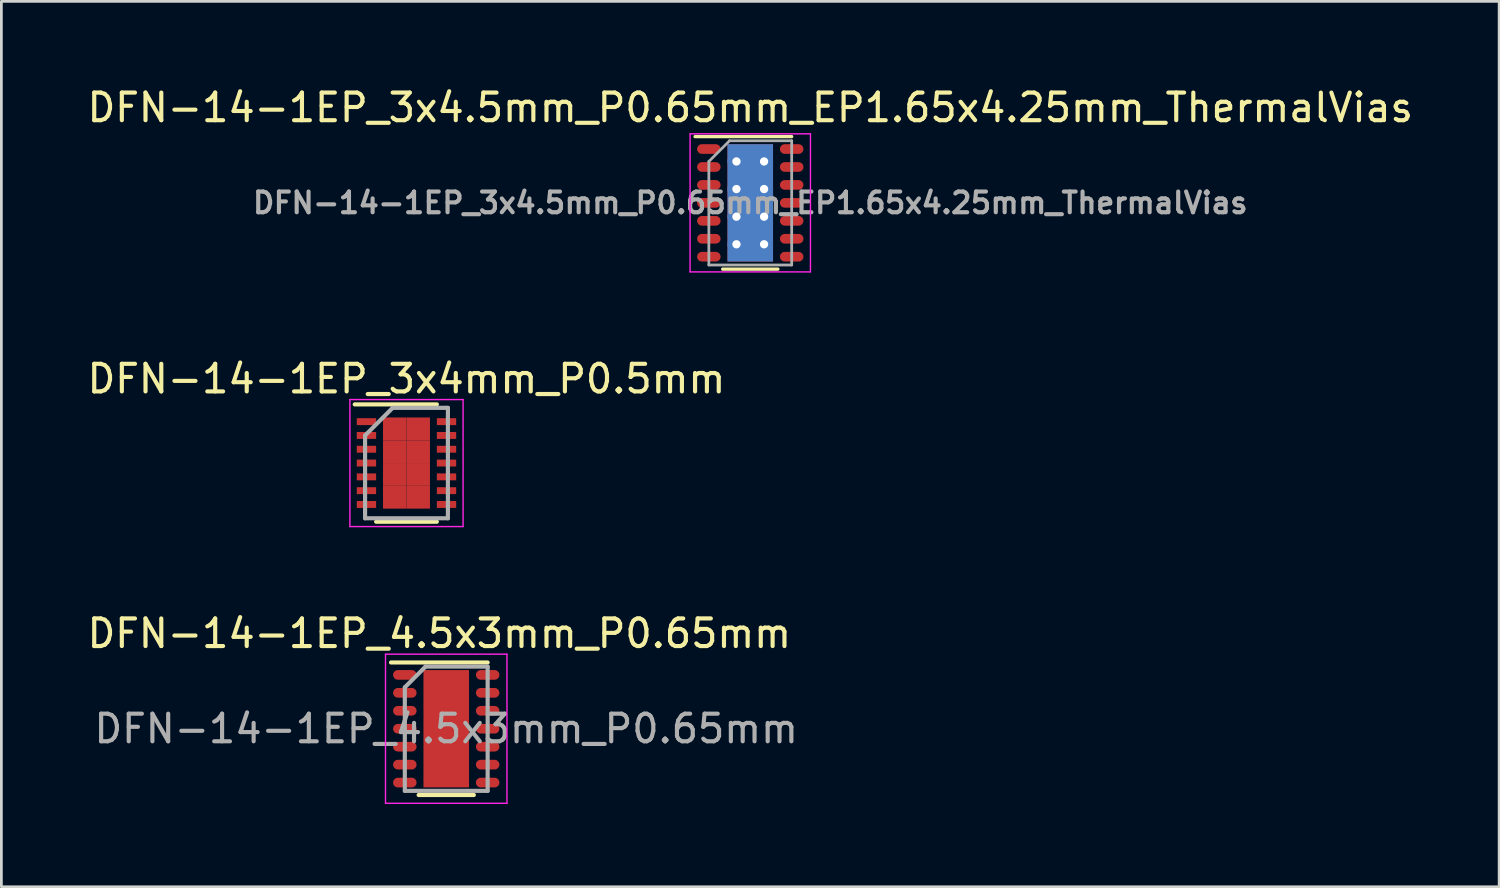
<source format=kicad_pcb>
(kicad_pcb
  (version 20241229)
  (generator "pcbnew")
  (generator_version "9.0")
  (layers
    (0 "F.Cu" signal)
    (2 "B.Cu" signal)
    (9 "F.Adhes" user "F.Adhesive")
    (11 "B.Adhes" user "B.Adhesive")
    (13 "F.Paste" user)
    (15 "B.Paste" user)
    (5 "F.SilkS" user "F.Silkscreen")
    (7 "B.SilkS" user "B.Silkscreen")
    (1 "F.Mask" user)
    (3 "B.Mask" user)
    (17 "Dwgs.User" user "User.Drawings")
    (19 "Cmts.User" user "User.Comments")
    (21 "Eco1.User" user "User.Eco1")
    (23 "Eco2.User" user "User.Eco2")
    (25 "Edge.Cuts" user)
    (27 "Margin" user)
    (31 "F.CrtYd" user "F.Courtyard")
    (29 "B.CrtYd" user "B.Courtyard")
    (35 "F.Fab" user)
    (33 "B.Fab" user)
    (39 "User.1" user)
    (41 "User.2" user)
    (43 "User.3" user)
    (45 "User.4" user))
  (footprint "DFN-14-1EP_3x4.5mm_P0.65mm_EP1.65x4.25mm_ThermalVias"
    (layer "F.Cu")
    (at 24.125 4.298)
    (property "Reference" "DFN-14-1EP_3x4.5mm_P0.65mm_EP1.65x4.25mm_ThermalVias" (at 0 -3.45 0) (layer "F.SilkS") (effects (font (size 1 1) (thickness 0.15))))
    (attr smd)
    (fp_line (start -1 2.4) (end 1 2.4) (stroke (width 0.12) (type solid)) (layer "F.SilkS"))
    (fp_line (start 1.5 -2.4) (end -2 -2.4) (stroke (width 0.12) (type solid)) (layer "F.SilkS"))
    (fp_line (start -2.18 -2.5) (end -2.18 2.5) (stroke (width 0.05) (type solid)) (layer "F.CrtYd"))
    (fp_line (start -2.18 2.5) (end 2.18 2.5) (stroke (width 0.05) (type solid)) (layer "F.CrtYd"))
    (fp_line (start 2.18 -2.5) (end -2.18 -2.5) (stroke (width 0.05) (type solid)) (layer "F.CrtYd"))
    (fp_line (start 2.18 2.5) (end 2.18 -2.5) (stroke (width 0.05) (type solid)) (layer "F.CrtYd"))
    (fp_line (start -1.5 2.25) (end -1.5 -1.5) (stroke (width 0.1) (type solid)) (layer "F.Fab"))
    (fp_line (start -1.5 2.25) (end 1.5 2.25) (stroke (width 0.1) (type solid)) (layer "F.Fab"))
    (fp_line (start -0.75 -2.25) (end -1.5 -1.5) (stroke (width 0.1) (type solid)) (layer "F.Fab"))
    (fp_line (start 1.5 -2.25) (end -0.75 -2.25) (stroke (width 0.1) (type solid)) (layer "F.Fab"))
    (fp_line (start 1.5 2.25) (end 1.5 -2.25) (stroke (width 0.1) (type solid)) (layer "F.Fab"))
    (fp_text user "${REFERENCE}" (at 0 0 0) (layer "F.Fab") (effects (font (size 0.75 0.75) (thickness 0.15))))
    (pad "" smd rect (at 0 -1.9) (size 1.5 0.3) (layers "F.Paste"))
    (pad "" smd rect (at 0 -1.5) (size 0.5 0.5) (layers "F.Paste"))
    (pad "" smd rect (at 0 -1) (size 1.5 0.5) (layers "F.Paste"))
    (pad "" smd rect (at 0 -0.5) (size 0.5 0.5) (layers "F.Paste"))
    (pad "" smd rect (at 0 0) (size 1.5 0.5) (layers "F.Paste"))
    (pad "" smd rect (at 0 0.5) (size 0.5 0.5) (layers "F.Paste"))
    (pad "" smd rect (at 0 1) (size 1.5 0.5) (layers "F.Paste"))
    (pad "" smd rect (at 0 1.5) (size 0.5 0.5) (layers "F.Paste"))
    (pad "" smd rect (at 0 1.9) (size 1.5 0.3) (layers "F.Paste"))
    (pad "1" smd oval (at -1.5 -1.95) (size 0.85 0.35) (layers "F.Cu" "F.Mask" "F.Paste"))
    (pad "2" smd oval (at -1.5 -1.3) (size 0.85 0.35) (layers "F.Cu" "F.Mask" "F.Paste"))
    (pad "3" smd oval (at -1.5 -0.65) (size 0.85 0.35) (layers "F.Cu" "F.Mask" "F.Paste"))
    (pad "4" smd oval (at -1.5 0) (size 0.85 0.35) (layers "F.Cu" "F.Mask" "F.Paste"))
    (pad "5" smd oval (at -1.5 0.65) (size 0.85 0.35) (layers "F.Cu" "F.Mask" "F.Paste"))
    (pad "6" smd oval (at -1.5 1.3) (size 0.85 0.35) (layers "F.Cu" "F.Mask" "F.Paste"))
    (pad "7" smd oval (at -1.5 1.95) (size 0.85 0.35) (layers "F.Cu" "F.Mask" "F.Paste"))
    (pad "8" smd oval (at 1.5 1.95) (size 0.85 0.35) (layers "F.Cu" "F.Mask" "F.Paste"))
    (pad "9" smd oval (at 1.5 1.3) (size 0.85 0.35) (layers "F.Cu" "F.Mask" "F.Paste"))
    (pad "10" smd oval (at 1.5 0.65) (size 0.85 0.35) (layers "F.Cu" "F.Mask" "F.Paste"))
    (pad "11" smd oval (at 1.5 0) (size 0.85 0.35) (layers "F.Cu" "F.Mask" "F.Paste"))
    (pad "12" smd oval (at 1.5 -0.65) (size 0.85 0.35) (layers "F.Cu" "F.Mask" "F.Paste"))
    (pad "13" smd oval (at 1.5 -1.3) (size 0.85 0.35) (layers "F.Cu" "F.Mask" "F.Paste"))
    (pad "14" smd oval (at 1.5 -1.95) (size 0.85 0.35) (layers "F.Cu" "F.Mask" "F.Paste"))
    (pad "15" thru_hole circle (at -0.5 -1.5) (size 0.65 0.65) (drill 0.3) (layers "*.Cu" "*.Mask"))
    (pad "15" thru_hole circle (at -0.5 -0.5) (size 0.65 0.65) (drill 0.3) (layers "*.Cu" "*.Mask"))
    (pad "15" thru_hole circle (at -0.5 0.5) (size 0.65 0.65) (drill 0.3) (layers "*.Cu" "*.Mask"))
    (pad "15" thru_hole circle (at -0.5 1.5) (size 0.65 0.65) (drill 0.3) (layers "*.Cu" "*.Mask"))
    (pad "15" smd rect (at 0 0) (size 1.65 4.25) (layers "F.Cu" "F.Mask"))
    (pad "15" smd rect (at 0 0) (size 1.65 4.25) (layers "B.Cu" "B.Mask"))
    (pad "15" thru_hole circle (at 0.5 -1.5) (size 0.65 0.65) (drill 0.3) (layers "*.Cu" "*.Mask"))
    (pad "15" thru_hole circle (at 0.5 -0.5) (size 0.65 0.65) (drill 0.3) (layers "*.Cu" "*.Mask"))
    (pad "15" thru_hole circle (at 0.5 0.5) (size 0.65 0.65) (drill 0.3) (layers "*.Cu" "*.Mask"))
    (pad "15" thru_hole circle (at 0.5 1.5) (size 0.65 0.65) (drill 0.3) (layers "*.Cu" "*.Mask")))
  (footprint "DFN-14-1EP_3x4mm_P0.5mm"
    (layer "F.Cu")
    (at 11.673 13.722)
    (property "Reference" "DFN-14-1EP_3x4mm_P0.5mm" (at 0 -3.05 0) (layer "F.SilkS") (effects (font (size 1 1) (thickness 0.15))))
    (attr smd)
    (fp_line (start -1.875 -2.125) (end 1.1 -2.125) (stroke (width 0.15) (type solid)) (layer "F.SilkS"))
    (fp_line (start -1.1 2.125) (end 1.1 2.125) (stroke (width 0.15) (type solid)) (layer "F.SilkS"))
    (fp_line (start -2.05 -2.3) (end -2.05 2.3) (stroke (width 0.05) (type solid)) (layer "F.CrtYd"))
    (fp_line (start -2.05 -2.3) (end 2.05 -2.3) (stroke (width 0.05) (type solid)) (layer "F.CrtYd"))
    (fp_line (start -2.05 2.3) (end 2.05 2.3) (stroke (width 0.05) (type solid)) (layer "F.CrtYd"))
    (fp_line (start 2.05 -2.3) (end 2.05 2.3) (stroke (width 0.05) (type solid)) (layer "F.CrtYd"))
    (fp_line (start -1.5 -1) (end -0.5 -2) (stroke (width 0.15) (type solid)) (layer "F.Fab"))
    (fp_line (start -1.5 2) (end -1.5 -1) (stroke (width 0.15) (type solid)) (layer "F.Fab"))
    (fp_line (start -0.5 -2) (end 1.5 -2) (stroke (width 0.15) (type solid)) (layer "F.Fab"))
    (fp_line (start 1.5 -2) (end 1.5 2) (stroke (width 0.15) (type solid)) (layer "F.Fab"))
    (fp_line (start 1.5 2) (end -1.5 2) (stroke (width 0.15) (type solid)) (layer "F.Fab"))
    (pad "1" smd rect (at -1.45 -1.5) (size 0.7 0.25) (layers "F.Cu" "F.Mask" "F.Paste"))
    (pad "2" smd rect (at -1.45 -1) (size 0.7 0.25) (layers "F.Cu" "F.Mask" "F.Paste"))
    (pad "3" smd rect (at -1.45 -0.5) (size 0.7 0.25) (layers "F.Cu" "F.Mask" "F.Paste"))
    (pad "4" smd rect (at -1.45 0) (size 0.7 0.25) (layers "F.Cu" "F.Mask" "F.Paste"))
    (pad "5" smd rect (at -1.45 0.5) (size 0.7 0.25) (layers "F.Cu" "F.Mask" "F.Paste"))
    (pad "6" smd rect (at -1.45 1) (size 0.7 0.25) (layers "F.Cu" "F.Mask" "F.Paste"))
    (pad "7" smd rect (at -1.45 1.5) (size 0.7 0.25) (layers "F.Cu" "F.Mask" "F.Paste"))
    (pad "8" smd rect (at 1.45 1.5) (size 0.7 0.25) (layers "F.Cu" "F.Mask" "F.Paste"))
    (pad "9" smd rect (at 1.45 1) (size 0.7 0.25) (layers "F.Cu" "F.Mask" "F.Paste"))
    (pad "10" smd rect (at 1.45 0.5) (size 0.7 0.25) (layers "F.Cu" "F.Mask" "F.Paste"))
    (pad "11" smd rect (at 1.45 0) (size 0.7 0.25) (layers "F.Cu" "F.Mask" "F.Paste"))
    (pad "12" smd rect (at 1.45 -0.5) (size 0.7 0.25) (layers "F.Cu" "F.Mask" "F.Paste"))
    (pad "13" smd rect (at 1.45 -1) (size 0.7 0.25) (layers "F.Cu" "F.Mask" "F.Paste"))
    (pad "14" smd rect (at 1.45 -1.5) (size 0.7 0.25) (layers "F.Cu" "F.Mask" "F.Paste"))
    (pad "15" smd rect (at -0.425 -1.238) (size 0.85 0.825) (layers "F.Cu" "F.Mask" "F.Paste"))
    (pad "15" smd rect (at -0.425 -0.412) (size 0.85 0.825) (layers "F.Cu" "F.Mask" "F.Paste"))
    (pad "15" smd rect (at -0.425 0.412) (size 0.85 0.825) (layers "F.Cu" "F.Mask" "F.Paste"))
    (pad "15" smd rect (at -0.425 1.238) (size 0.85 0.825) (layers "F.Cu" "F.Mask" "F.Paste"))
    (pad "15" smd rect (at 0.425 -1.238) (size 0.85 0.825) (layers "F.Cu" "F.Mask" "F.Paste"))
    (pad "15" smd rect (at 0.425 -0.412) (size 0.85 0.825) (layers "F.Cu" "F.Mask" "F.Paste"))
    (pad "15" smd rect (at 0.425 0.412) (size 0.85 0.825) (layers "F.Cu" "F.Mask" "F.Paste"))
    (pad "15" smd rect (at 0.425 1.238) (size 0.85 0.825) (layers "F.Cu" "F.Mask" "F.Paste")))
  (footprint "DFN-14-1EP_4.5x3mm_P0.65mm"
    (layer "F.Cu")
    (at 13.113 23.345)
    (property "Reference" "DFN-14-1EP_4.5x3mm_P0.65mm" (at -0.25 -3.45 0) (layer "F.SilkS") (effects (font (size 1 1) (thickness 0.15))))
    (attr through_hole)
    (fp_line (start -1 2.4) (end 1 2.4) (stroke (width 0.15) (type solid)) (layer "F.SilkS"))
    (fp_line (start 1.5 -2.4) (end -2 -2.4) (stroke (width 0.15) (type solid)) (layer "F.SilkS"))
    (fp_line (start -2.2 -2.7) (end -2.2 2.7) (stroke (width 0.05) (type solid)) (layer "F.CrtYd"))
    (fp_line (start -2.2 2.7) (end 2.2 2.7) (stroke (width 0.05) (type solid)) (layer "F.CrtYd"))
    (fp_line (start 2.2 -2.7) (end -2.2 -2.7) (stroke (width 0.05) (type solid)) (layer "F.CrtYd"))
    (fp_line (start 2.2 2.7) (end 2.2 -2.7) (stroke (width 0.05) (type solid)) (layer "F.CrtYd"))
    (fp_line (start -1.5 2.25) (end -1.5 -1.5) (stroke (width 0.15) (type solid)) (layer "F.Fab"))
    (fp_line (start -1.5 2.25) (end 1.5 2.25) (stroke (width 0.15) (type solid)) (layer "F.Fab"))
    (fp_line (start -0.75 -2.25) (end -1.5 -1.5) (stroke (width 0.15) (type solid)) (layer "F.Fab"))
    (fp_line (start 1.5 -2.25) (end -0.75 -2.25) (stroke (width 0.15) (type solid)) (layer "F.Fab"))
    (fp_line (start 1.5 2.25) (end 1.5 -2.25) (stroke (width 0.15) (type solid)) (layer "F.Fab"))
    (fp_text user "${REFERENCE}" (at 0 0 0) (layer "F.Fab") (effects (font (size 1 1) (thickness 0.15))))
    (pad "1" smd oval (at -1.5 -1.95) (size 0.85 0.35) (layers "F.Cu" "F.Mask" "F.Paste"))
    (pad "2" smd oval (at -1.5 -1.3) (size 0.85 0.35) (layers "F.Cu" "F.Mask" "F.Paste"))
    (pad "3" smd oval (at -1.5 -0.65) (size 0.85 0.35) (layers "F.Cu" "F.Mask" "F.Paste"))
    (pad "4" smd oval (at -1.5 0) (size 0.85 0.35) (layers "F.Cu" "F.Mask" "F.Paste"))
    (pad "5" smd oval (at -1.5 0.65) (size 0.85 0.35) (layers "F.Cu" "F.Mask" "F.Paste"))
    (pad "6" smd oval (at -1.5 1.3) (size 0.85 0.35) (layers "F.Cu" "F.Mask" "F.Paste"))
    (pad "7" smd oval (at -1.5 1.95) (size 0.85 0.35) (layers "F.Cu" "F.Mask" "F.Paste"))
    (pad "8" smd oval (at 1.5 1.95) (size 0.85 0.35) (layers "F.Cu" "F.Mask" "F.Paste"))
    (pad "9" smd oval (at 1.5 1.3) (size 0.85 0.35) (layers "F.Cu" "F.Mask" "F.Paste"))
    (pad "10" smd oval (at 1.5 0.65) (size 0.85 0.35) (layers "F.Cu" "F.Mask" "F.Paste"))
    (pad "11" smd oval (at 1.5 0) (size 0.85 0.35) (layers "F.Cu" "F.Mask" "F.Paste"))
    (pad "12" smd oval (at 1.5 -0.65) (size 0.85 0.35) (layers "F.Cu" "F.Mask" "F.Paste"))
    (pad "13" smd oval (at 1.5 -1.3) (size 0.85 0.35) (layers "F.Cu" "F.Mask" "F.Paste"))
    (pad "14" smd oval (at 1.5 -1.95) (size 0.85 0.35) (layers "F.Cu" "F.Mask" "F.Paste"))
    (pad "15" smd rect (at 0 0) (size 1.65 4.25) (layers "F.Cu" "F.Mask" "F.Paste")))
  (gr_rect
    (start -3 -3)
    (end 51.25 29.07)
    (stroke (width 0.1) (type default))
    (fill no)
    (layer "Edge.Cuts")))
</source>
